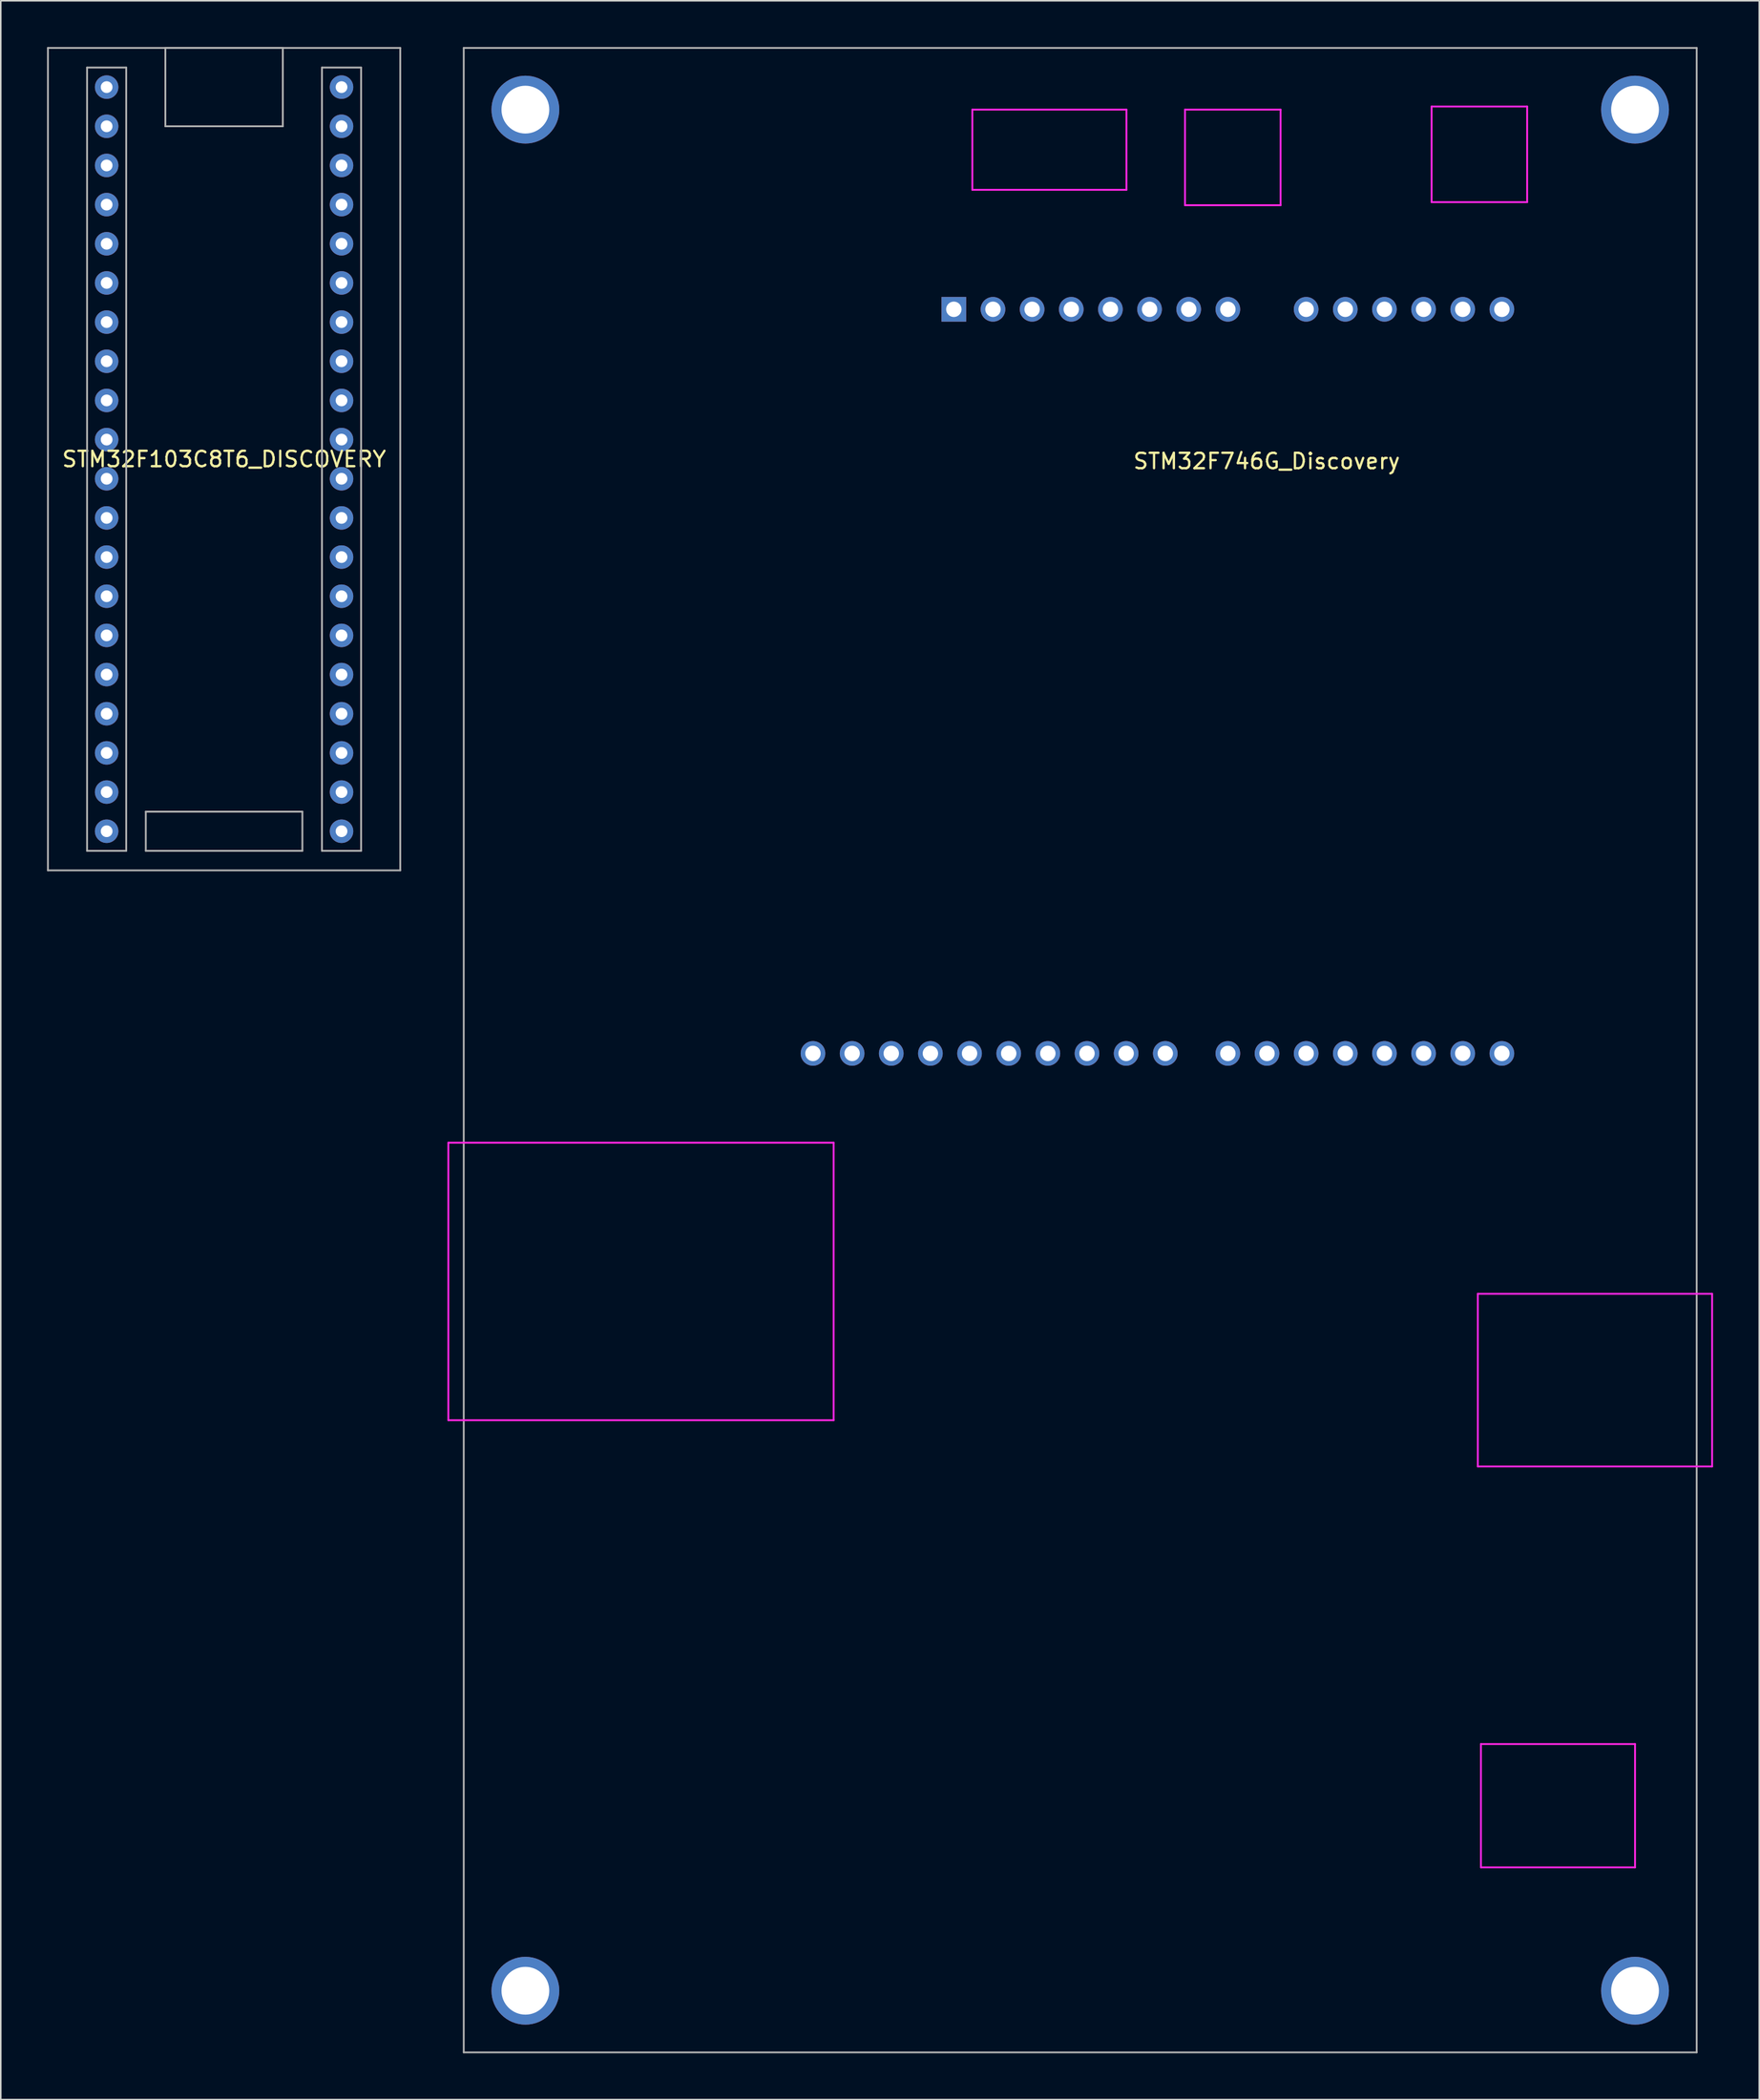
<source format=kicad_pcb>
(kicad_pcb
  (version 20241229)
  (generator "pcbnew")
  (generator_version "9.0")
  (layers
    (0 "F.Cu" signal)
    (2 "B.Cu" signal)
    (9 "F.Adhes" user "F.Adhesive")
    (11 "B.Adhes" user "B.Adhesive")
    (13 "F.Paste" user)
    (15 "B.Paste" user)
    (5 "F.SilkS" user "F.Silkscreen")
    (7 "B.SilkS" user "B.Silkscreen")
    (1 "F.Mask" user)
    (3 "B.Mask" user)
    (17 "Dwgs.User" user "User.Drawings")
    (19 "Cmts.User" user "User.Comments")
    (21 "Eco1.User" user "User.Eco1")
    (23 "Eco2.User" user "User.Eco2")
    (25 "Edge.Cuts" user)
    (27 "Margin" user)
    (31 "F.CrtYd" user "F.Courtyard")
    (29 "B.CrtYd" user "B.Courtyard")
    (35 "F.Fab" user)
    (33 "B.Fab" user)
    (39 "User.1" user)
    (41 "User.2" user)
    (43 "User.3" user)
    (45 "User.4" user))
  (footprint "STM32F103C8T6_DISCOVERY"
    (layer "F.Cu")
    (at 11.49 26.73)
    (property "Reference" "STM32F103C8T6_DISCOVERY" (at 0 0 0) (layer "F.SilkS") (effects (font (size 1 1) (thickness 0.15))))
    (attr through_hole)
    (fp_line (start -11.43 -26.67) (end -11.43 26.67) (stroke (width 0.12) (type solid)) (layer "F.Fab"))
    (fp_line (start -11.43 26.67) (end 11.43 26.67) (stroke (width 0.12) (type solid)) (layer "F.Fab"))
    (fp_line (start -8.89 -25.4) (end -6.35 -25.4) (stroke (width 0.12) (type solid)) (layer "F.Fab"))
    (fp_line (start -8.89 25.4) (end -8.89 -25.4) (stroke (width 0.12) (type solid)) (layer "F.Fab"))
    (fp_line (start -6.35 -25.4) (end -6.35 25.4) (stroke (width 0.12) (type solid)) (layer "F.Fab"))
    (fp_line (start -6.35 25.4) (end -8.89 25.4) (stroke (width 0.12) (type solid)) (layer "F.Fab"))
    (fp_line (start -5.08 22.86) (end 5.08 22.86) (stroke (width 0.12) (type solid)) (layer "F.Fab"))
    (fp_line (start -5.08 25.4) (end -5.08 22.86) (stroke (width 0.12) (type solid)) (layer "F.Fab"))
    (fp_line (start -3.81 -26.67) (end -3.81 -21.59) (stroke (width 0.12) (type solid)) (layer "F.Fab"))
    (fp_line (start -3.81 -21.59) (end 3.81 -21.59) (stroke (width 0.12) (type solid)) (layer "F.Fab"))
    (fp_line (start 3.81 -26.67) (end -3.81 -26.67) (stroke (width 0.12) (type solid)) (layer "F.Fab"))
    (fp_line (start 3.81 -21.59) (end 3.81 -26.67) (stroke (width 0.12) (type solid)) (layer "F.Fab"))
    (fp_line (start 5.08 22.86) (end 5.08 25.4) (stroke (width 0.12) (type solid)) (layer "F.Fab"))
    (fp_line (start 5.08 25.4) (end -5.08 25.4) (stroke (width 0.12) (type solid)) (layer "F.Fab"))
    (fp_line (start 6.35 -25.4) (end 8.89 -25.4) (stroke (width 0.12) (type solid)) (layer "F.Fab"))
    (fp_line (start 6.35 25.4) (end 6.35 -25.4) (stroke (width 0.12) (type solid)) (layer "F.Fab"))
    (fp_line (start 8.89 -25.4) (end 8.89 25.4) (stroke (width 0.12) (type solid)) (layer "F.Fab"))
    (fp_line (start 8.89 25.4) (end 6.35 25.4) (stroke (width 0.12) (type solid)) (layer "F.Fab"))
    (fp_line (start 11.43 -26.67) (end -11.43 -26.67) (stroke (width 0.12) (type solid)) (layer "F.Fab"))
    (fp_line (start 11.43 26.67) (end 11.43 -26.67) (stroke (width 0.12) (type solid)) (layer "F.Fab"))
    (pad "1" thru_hole circle (at 7.62 24.13) (size 1.524 1.524) (drill 0.762) (layers "*.Cu" "*.Mask"))
    (pad "2" thru_hole circle (at 7.62 21.59) (size 1.524 1.524) (drill 0.762) (layers "*.Cu" "*.Mask"))
    (pad "3" thru_hole circle (at 7.62 19.05) (size 1.524 1.524) (drill 0.762) (layers "*.Cu" "*.Mask"))
    (pad "4" thru_hole circle (at 7.62 16.51) (size 1.524 1.524) (drill 0.762) (layers "*.Cu" "*.Mask"))
    (pad "7" thru_hole circle (at 7.62 -16.51) (size 1.524 1.524) (drill 0.762) (layers "*.Cu" "*.Mask"))
    (pad "8" thru_hole circle (at 7.62 -24.13) (size 1.524 1.524) (drill 0.762) (layers "*.Cu" "*.Mask"))
    (pad "10" thru_hole circle (at 7.62 13.97) (size 1.524 1.524) (drill 0.762) (layers "*.Cu" "*.Mask"))
    (pad "11" thru_hole circle (at 7.62 11.43) (size 1.524 1.524) (drill 0.762) (layers "*.Cu" "*.Mask"))
    (pad "12" thru_hole circle (at 7.62 8.89) (size 1.524 1.524) (drill 0.762) (layers "*.Cu" "*.Mask"))
    (pad "13" thru_hole circle (at 7.62 6.35) (size 1.524 1.524) (drill 0.762) (layers "*.Cu" "*.Mask"))
    (pad "14" thru_hole circle (at 7.62 3.81) (size 1.524 1.524) (drill 0.762) (layers "*.Cu" "*.Mask"))
    (pad "15" thru_hole circle (at 7.62 1.27) (size 1.524 1.524) (drill 0.762) (layers "*.Cu" "*.Mask"))
    (pad "16" thru_hole circle (at 7.62 -1.27) (size 1.524 1.524) (drill 0.762) (layers "*.Cu" "*.Mask"))
    (pad "17" thru_hole circle (at 7.62 -3.81) (size 1.524 1.524) (drill 0.762) (layers "*.Cu" "*.Mask"))
    (pad "18" thru_hole circle (at 7.62 -6.35) (size 1.524 1.524) (drill 0.762) (layers "*.Cu" "*.Mask"))
    (pad "19" thru_hole circle (at 7.62 -8.89) (size 1.524 1.524) (drill 0.762) (layers "*.Cu" "*.Mask"))
    (pad "21" thru_hole circle (at 7.62 -11.43) (size 1.524 1.524) (drill 0.762) (layers "*.Cu" "*.Mask"))
    (pad "22" thru_hole circle (at 7.62 -13.97) (size 1.524 1.524) (drill 0.762) (layers "*.Cu" "*.Mask"))
    (pad "24" thru_hole circle (at 7.62 -19.05) (size 1.524 1.524) (drill 0.762) (layers "*.Cu" "*.Mask"))
    (pad "25" thru_hole circle (at -7.62 -24.13) (size 1.524 1.524) (drill 0.762) (layers "*.Cu" "*.Mask"))
    (pad "26" thru_hole circle (at -7.62 -21.59) (size 1.524 1.524) (drill 0.762) (layers "*.Cu" "*.Mask"))
    (pad "27" thru_hole circle (at -7.62 -19.05) (size 1.524 1.524) (drill 0.762) (layers "*.Cu" "*.Mask"))
    (pad "28" thru_hole circle (at -7.62 -16.51) (size 1.524 1.524) (drill 0.762) (layers "*.Cu" "*.Mask"))
    (pad "29" thru_hole circle (at -7.62 -13.97) (size 1.524 1.524) (drill 0.762) (layers "*.Cu" "*.Mask"))
    (pad "30" thru_hole circle (at -7.62 -11.43) (size 1.524 1.524) (drill 0.762) (layers "*.Cu" "*.Mask"))
    (pad "31" thru_hole circle (at -7.62 -8.89) (size 1.524 1.524) (drill 0.762) (layers "*.Cu" "*.Mask"))
    (pad "32" thru_hole circle (at -7.62 -6.35) (size 1.524 1.524) (drill 0.762) (layers "*.Cu" "*.Mask"))
    (pad "33" thru_hole circle (at -7.62 -3.81) (size 1.524 1.524) (drill 0.762) (layers "*.Cu" "*.Mask"))
    (pad "35" thru_hole circle (at 7.62 -21.59) (size 1.524 1.524) (drill 0.762) (layers "*.Cu" "*.Mask"))
    (pad "36" thru_hole circle (at -7.62 24.13) (size 1.524 1.524) (drill 0.762) (layers "*.Cu" "*.Mask"))
    (pad "38" thru_hole circle (at -7.62 -1.27) (size 1.524 1.524) (drill 0.762) (layers "*.Cu" "*.Mask"))
    (pad "39" thru_hole circle (at -7.62 1.27) (size 1.524 1.524) (drill 0.762) (layers "*.Cu" "*.Mask"))
    (pad "40" thru_hole circle (at -7.62 3.81) (size 1.524 1.524) (drill 0.762) (layers "*.Cu" "*.Mask"))
    (pad "41" thru_hole circle (at -7.62 6.35) (size 1.524 1.524) (drill 0.762) (layers "*.Cu" "*.Mask"))
    (pad "42" thru_hole circle (at -7.62 8.89) (size 1.524 1.524) (drill 0.762) (layers "*.Cu" "*.Mask"))
    (pad "43" thru_hole circle (at -7.62 11.43) (size 1.524 1.524) (drill 0.762) (layers "*.Cu" "*.Mask"))
    (pad "45" thru_hole circle (at -7.62 13.97) (size 1.524 1.524) (drill 0.762) (layers "*.Cu" "*.Mask"))
    (pad "46" thru_hole circle (at -7.62 16.51) (size 1.524 1.524) (drill 0.762) (layers "*.Cu" "*.Mask"))
    (pad "47" thru_hole circle (at -7.62 21.59) (size 1.524 1.524) (drill 0.762) (layers "*.Cu" "*.Mask"))
    (pad "48" thru_hole circle (at -7.62 19.05) (size 1.524 1.524) (drill 0.762) (layers "*.Cu" "*.Mask")))
  (footprint "STM32F746G_Discovery"
    (layer "F.Cu")
    (at 58.84 17.06)
    (property "Reference" "STM32F746G_Discovery" (at 20.3 9.8 0) (layer "F.SilkS") (effects (font (size 1 1) (thickness 0.15))))
    (attr through_hole)
    (fp_line (start -32.8 54) (end -7.8 54) (stroke (width 0.12) (type solid)) (layer "F.CrtYd"))
    (fp_line (start -32.8 72) (end -32.8 54) (stroke (width 0.12) (type solid)) (layer "F.CrtYd"))
    (fp_line (start -31.8 72) (end -32.8 72) (stroke (width 0.12) (type solid)) (layer "F.CrtYd"))
    (fp_line (start -7.8 54) (end -7.8 72) (stroke (width 0.12) (type solid)) (layer "F.CrtYd"))
    (fp_line (start -7.8 72) (end -31.8 72) (stroke (width 0.12) (type solid)) (layer "F.CrtYd"))
    (fp_line (start 1.2 -13) (end 11.2 -13) (stroke (width 0.12) (type solid)) (layer "F.CrtYd"))
    (fp_line (start 1.2 -7.8) (end 1.2 -13) (stroke (width 0.12) (type solid)) (layer "F.CrtYd"))
    (fp_line (start 11.2 -13) (end 11.2 -7.8) (stroke (width 0.12) (type solid)) (layer "F.CrtYd"))
    (fp_line (start 11.2 -7.8) (end 1.2 -7.8) (stroke (width 0.12) (type solid)) (layer "F.CrtYd"))
    (fp_line (start 15 -13) (end 21.2 -13) (stroke (width 0.12) (type solid)) (layer "F.CrtYd"))
    (fp_line (start 15 -6.8) (end 15 -13) (stroke (width 0.12) (type solid)) (layer "F.CrtYd"))
    (fp_line (start 21.2 -13) (end 21.2 -6.8) (stroke (width 0.12) (type solid)) (layer "F.CrtYd"))
    (fp_line (start 21.2 -6.8) (end 15 -6.8) (stroke (width 0.12) (type solid)) (layer "F.CrtYd"))
    (fp_line (start 31 -13.2) (end 31 -7) (stroke (width 0.12) (type solid)) (layer "F.CrtYd"))
    (fp_line (start 31 -7) (end 37.2 -7) (stroke (width 0.12) (type solid)) (layer "F.CrtYd"))
    (fp_line (start 34 63.8) (end 34 75) (stroke (width 0.12) (type solid)) (layer "F.CrtYd"))
    (fp_line (start 34 75) (end 48.2 75) (stroke (width 0.12) (type solid)) (layer "F.CrtYd"))
    (fp_line (start 34.2 93) (end 34.2 101) (stroke (width 0.12) (type solid)) (layer "F.CrtYd"))
    (fp_line (start 34.2 101) (end 44.2 101) (stroke (width 0.12) (type solid)) (layer "F.CrtYd"))
    (fp_line (start 37.2 -13.2) (end 31 -13.2) (stroke (width 0.12) (type solid)) (layer "F.CrtYd"))
    (fp_line (start 37.2 -7) (end 37.2 -13.2) (stroke (width 0.12) (type solid)) (layer "F.CrtYd"))
    (fp_line (start 44.2 93) (end 34.2 93) (stroke (width 0.12) (type solid)) (layer "F.CrtYd"))
    (fp_line (start 44.2 101) (end 44.2 93) (stroke (width 0.12) (type solid)) (layer "F.CrtYd"))
    (fp_line (start 48.2 75) (end 49.2 75) (stroke (width 0.12) (type solid)) (layer "F.CrtYd"))
    (fp_line (start 49.2 63.8) (end 34 63.8) (stroke (width 0.12) (type solid)) (layer "F.CrtYd"))
    (fp_line (start 49.2 75) (end 49.2 63.8) (stroke (width 0.12) (type solid)) (layer "F.CrtYd"))
    (fp_line (start -31.8 -17) (end 48.2 -17) (stroke (width 0.12) (type solid)) (layer "F.Fab"))
    (fp_line (start -31.8 113) (end -31.8 -17) (stroke (width 0.12) (type solid)) (layer "F.Fab"))
    (fp_line (start 48.2 -17) (end 48.2 113) (stroke (width 0.12) (type solid)) (layer "F.Fab"))
    (fp_line (start 48.2 113) (end -31.8 113) (stroke (width 0.12) (type solid)) (layer "F.Fab"))
    (pad "1" thru_hole rect (at 0 -0.05 90) (size 1.6 1.6) (drill 1) (layers "*.Cu" "*.Mask"))
    (pad "2" thru_hole oval (at 2.54 -0.05 90) (size 1.6 1.6) (drill 1) (layers "*.Cu" "*.Mask"))
    (pad "3" thru_hole oval (at 5.08 -0.05 90) (size 1.6 1.6) (drill 1) (layers "*.Cu" "*.Mask"))
    (pad "4" thru_hole oval (at 7.62 -0.05 90) (size 1.6 1.6) (drill 1) (layers "*.Cu" "*.Mask"))
    (pad "5" thru_hole oval (at 10.16 -0.05 90) (size 1.6 1.6) (drill 1) (layers "*.Cu" "*.Mask"))
    (pad "6" thru_hole circle (at -27.8 -13) (size 4.4 4.4) (drill 3.1) (layers "*.Cu" "*.Mask"))
    (pad "6" thru_hole circle (at -27.8 109) (size 4.4 4.4) (drill 3.1) (layers "*.Cu" "*.Mask"))
    (pad "6" thru_hole oval (at 12.7 -0.05 90) (size 1.6 1.6) (drill 1) (layers "*.Cu" "*.Mask"))
    (pad "6" thru_hole circle (at 44.2 -13) (size 4.4 4.4) (drill 3.1) (layers "*.Cu" "*.Mask"))
    (pad "6" thru_hole circle (at 44.2 109) (size 4.4 4.4) (drill 3.1) (layers "*.Cu" "*.Mask"))
    (pad "7" thru_hole oval (at 15.24 -0.05 90) (size 1.6 1.6) (drill 1) (layers "*.Cu" "*.Mask"))
    (pad "8" thru_hole oval (at 17.78 -0.05 90) (size 1.6 1.6) (drill 1) (layers "*.Cu" "*.Mask"))
    (pad "9" thru_hole oval (at 22.86 -0.05 90) (size 1.6 1.6) (drill 1) (layers "*.Cu" "*.Mask"))
    (pad "10" thru_hole oval (at 25.4 -0.05 90) (size 1.6 1.6) (drill 1) (layers "*.Cu" "*.Mask"))
    (pad "11" thru_hole oval (at 27.94 -0.05 90) (size 1.6 1.6) (drill 1) (layers "*.Cu" "*.Mask"))
    (pad "12" thru_hole oval (at 30.48 -0.05 90) (size 1.6 1.6) (drill 1) (layers "*.Cu" "*.Mask"))
    (pad "13" thru_hole oval (at 33.02 -0.05 90) (size 1.6 1.6) (drill 1) (layers "*.Cu" "*.Mask"))
    (pad "14" thru_hole oval (at 35.56 -0.05 90) (size 1.6 1.6) (drill 1) (layers "*.Cu" "*.Mask"))
    (pad "15" thru_hole oval (at 35.56 48.21 90) (size 1.6 1.6) (drill 1) (layers "*.Cu" "*.Mask"))
    (pad "16" thru_hole oval (at 33.02 48.21 90) (size 1.6 1.6) (drill 1) (layers "*.Cu" "*.Mask"))
    (pad "17" thru_hole oval (at 30.48 48.21 90) (size 1.6 1.6) (drill 1) (layers "*.Cu" "*.Mask"))
    (pad "18" thru_hole oval (at 27.94 48.21 90) (size 1.6 1.6) (drill 1) (layers "*.Cu" "*.Mask"))
    (pad "19" thru_hole oval (at 25.4 48.21 90) (size 1.6 1.6) (drill 1) (layers "*.Cu" "*.Mask"))
    (pad "20" thru_hole oval (at 22.86 48.21 90) (size 1.6 1.6) (drill 1) (layers "*.Cu" "*.Mask"))
    (pad "21" thru_hole oval (at 20.32 48.21 90) (size 1.6 1.6) (drill 1) (layers "*.Cu" "*.Mask"))
    (pad "22" thru_hole oval (at 17.78 48.21 90) (size 1.6 1.6) (drill 1) (layers "*.Cu" "*.Mask"))
    (pad "23" thru_hole oval (at 13.72 48.21 90) (size 1.6 1.6) (drill 1) (layers "*.Cu" "*.Mask"))
    (pad "24" thru_hole oval (at 11.18 48.21 90) (size 1.6 1.6) (drill 1) (layers "*.Cu" "*.Mask"))
    (pad "25" thru_hole oval (at 8.64 48.21 90) (size 1.6 1.6) (drill 1) (layers "*.Cu" "*.Mask"))
    (pad "26" thru_hole oval (at 6.1 48.21 90) (size 1.6 1.6) (drill 1) (layers "*.Cu" "*.Mask"))
    (pad "27" thru_hole oval (at 3.56 48.21 90) (size 1.6 1.6) (drill 1) (layers "*.Cu" "*.Mask"))
    (pad "28" thru_hole oval (at 1.02 48.21 90) (size 1.6 1.6) (drill 1) (layers "*.Cu" "*.Mask"))
    (pad "29" thru_hole oval (at -1.52 48.21 90) (size 1.6 1.6) (drill 1) (layers "*.Cu" "*.Mask"))
    (pad "30" thru_hole oval (at -4.06 48.21 90) (size 1.6 1.6) (drill 1) (layers "*.Cu" "*.Mask"))
    (pad "31" thru_hole oval (at -6.6 48.21 90) (size 1.6 1.6) (drill 1) (layers "*.Cu" "*.Mask"))
    (pad "32" thru_hole oval (at -9.14 48.21 90) (size 1.6 1.6) (drill 1) (layers "*.Cu" "*.Mask")))
  (gr_rect
    (start -3 -3)
    (end 111.1 133.12)
    (stroke (width 0.1) (type default))
    (fill no)
    (layer "Edge.Cuts")))
</source>
